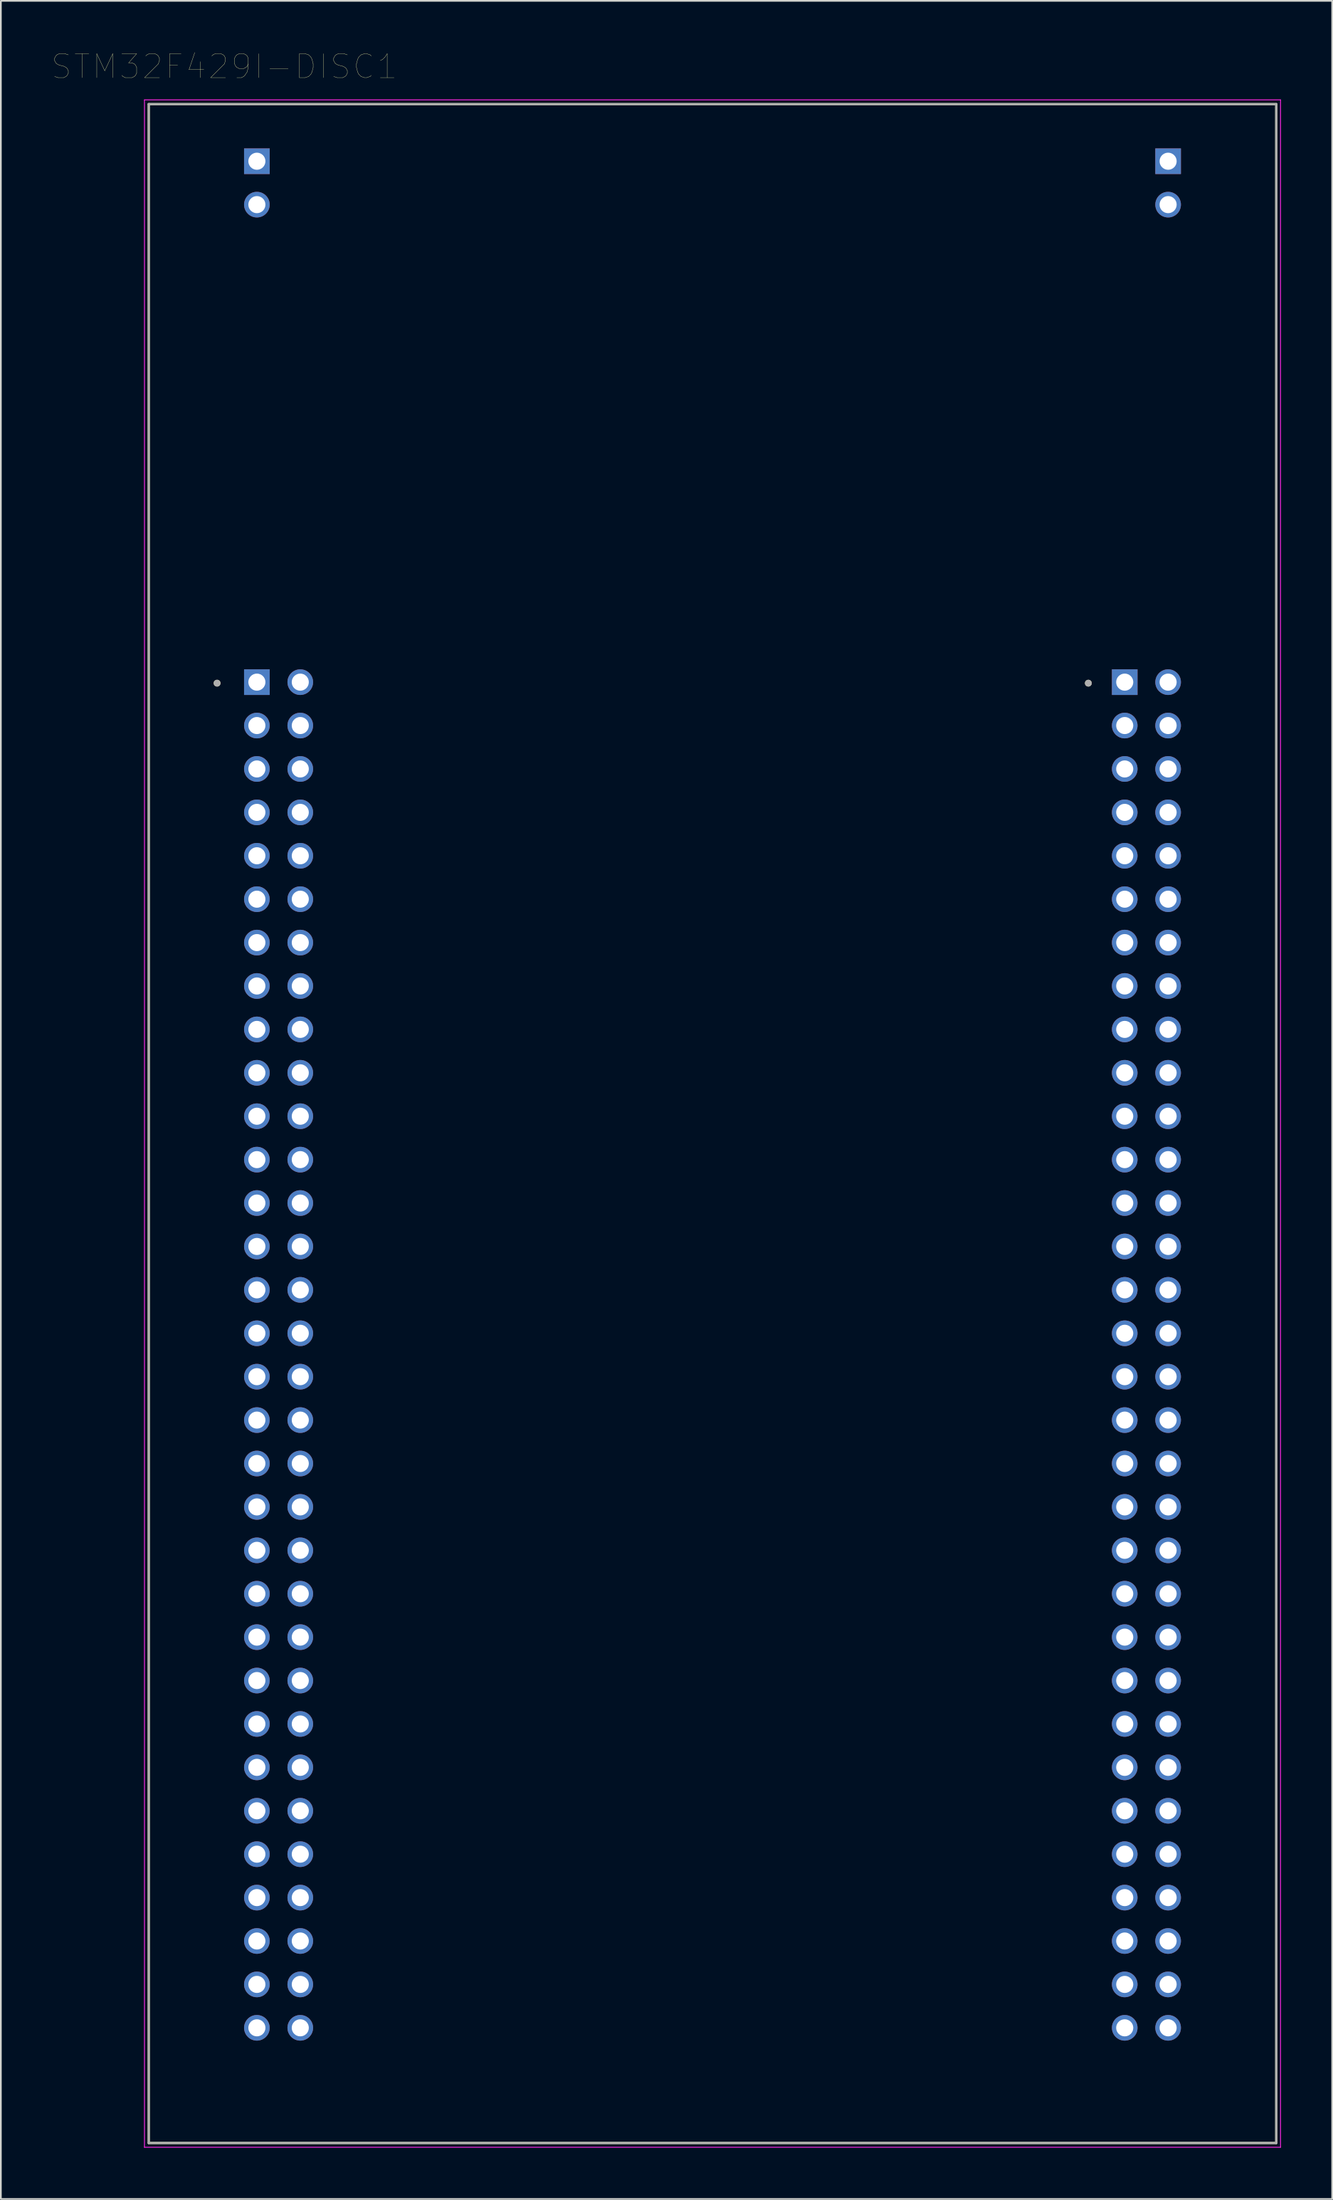
<source format=kicad_pcb>
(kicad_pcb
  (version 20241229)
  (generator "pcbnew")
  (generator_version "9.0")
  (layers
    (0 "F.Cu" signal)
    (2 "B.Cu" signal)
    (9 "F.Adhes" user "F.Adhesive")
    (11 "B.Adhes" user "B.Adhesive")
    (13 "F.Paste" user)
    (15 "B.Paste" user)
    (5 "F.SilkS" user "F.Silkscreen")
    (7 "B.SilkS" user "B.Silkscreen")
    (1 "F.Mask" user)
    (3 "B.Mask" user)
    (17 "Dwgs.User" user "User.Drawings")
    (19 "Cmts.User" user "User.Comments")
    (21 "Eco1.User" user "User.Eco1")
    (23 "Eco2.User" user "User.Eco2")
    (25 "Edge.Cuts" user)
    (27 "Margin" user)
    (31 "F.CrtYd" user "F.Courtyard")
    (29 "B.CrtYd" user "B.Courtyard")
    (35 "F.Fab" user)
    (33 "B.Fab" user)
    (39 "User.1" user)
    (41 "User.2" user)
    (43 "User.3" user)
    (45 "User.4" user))
  (footprint "STM32F429I-DISC1"
    (layer "F.Cu")
    (at 38.657 62.694)
    (property "Reference" "STM32F429I-DISC1" (at -28.575 -61.849 0) (layer "F.SilkS") (effects (font (size 1.4 1.4) (thickness 0.015))))
    (attr through_hole)
    (fp_line (start -33 -59.65) (end -33 59.65) (stroke (width 0.127) (type solid)) (layer "F.SilkS"))
    (fp_line (start -33 59.65) (end 33 59.65) (stroke (width 0.127) (type solid)) (layer "F.SilkS"))
    (fp_line (start 33 -59.65) (end -33 -59.65) (stroke (width 0.127) (type solid)) (layer "F.SilkS"))
    (fp_line (start 33 59.65) (end 33 -59.65) (stroke (width 0.127) (type solid)) (layer "F.SilkS"))
    (fp_circle (center -29 -25.77) (end -28.9 -25.77) (stroke (width 0.2) (type solid)) (fill no) (layer "F.SilkS"))
    (fp_circle (center 22 -25.77) (end 22.1 -25.77) (stroke (width 0.2) (type solid)) (fill no) (layer "F.SilkS"))
    (fp_line (start -33.25 -59.9) (end -33.25 59.9) (stroke (width 0.05) (type solid)) (layer "F.CrtYd"))
    (fp_line (start -33.25 59.9) (end 33.25 59.9) (stroke (width 0.05) (type solid)) (layer "F.CrtYd"))
    (fp_line (start 33.25 -59.9) (end -33.25 -59.9) (stroke (width 0.05) (type solid)) (layer "F.CrtYd"))
    (fp_line (start 33.25 59.9) (end 33.25 -59.9) (stroke (width 0.05) (type solid)) (layer "F.CrtYd"))
    (fp_line (start -33 -59.65) (end -33 59.65) (stroke (width 0.127) (type solid)) (layer "F.Fab"))
    (fp_line (start -33 59.65) (end 33 59.65) (stroke (width 0.127) (type solid)) (layer "F.Fab"))
    (fp_line (start 33 -59.65) (end -33 -59.65) (stroke (width 0.127) (type solid)) (layer "F.Fab"))
    (fp_line (start 33 59.65) (end 33 -59.65) (stroke (width 0.127) (type solid)) (layer "F.Fab"))
    (fp_circle (center -29 -25.77) (end -28.9 -25.77) (stroke (width 0.2) (type solid)) (fill no) (layer "F.Fab"))
    (fp_circle (center 22 -25.77) (end 22.1 -25.77) (stroke (width 0.2) (type solid)) (fill no) (layer "F.Fab"))
    (pad "JP1_1" thru_hole rect (at -26.67 -56.31) (size 1.5 1.5) (drill 1) (layers "*.Cu" "*.Mask"))
    (pad "JP1_2" thru_hole circle (at -26.67 -53.77) (size 1.5 1.5) (drill 1) (layers "*.Cu" "*.Mask"))
    (pad "JP2_1" thru_hole rect (at 26.67 -56.31) (size 1.5 1.5) (drill 1) (layers "*.Cu" "*.Mask"))
    (pad "JP2_2" thru_hole circle (at 26.67 -53.77) (size 1.5 1.5) (drill 1) (layers "*.Cu" "*.Mask"))
    (pad "P1_1" thru_hole rect (at -26.67 -25.83) (size 1.5 1.5) (drill 1) (layers "*.Cu" "*.Mask"))
    (pad "P1_2" thru_hole circle (at -24.13 -25.83) (size 1.5 1.5) (drill 1) (layers "*.Cu" "*.Mask"))
    (pad "P1_3" thru_hole circle (at -26.67 -23.29) (size 1.5 1.5) (drill 1) (layers "*.Cu" "*.Mask"))
    (pad "P1_4" thru_hole circle (at -24.13 -23.29) (size 1.5 1.5) (drill 1) (layers "*.Cu" "*.Mask"))
    (pad "P1_5" thru_hole circle (at -26.67 -20.75) (size 1.5 1.5) (drill 1) (layers "*.Cu" "*.Mask"))
    (pad "P1_6" thru_hole circle (at -24.13 -20.75) (size 1.5 1.5) (drill 1) (layers "*.Cu" "*.Mask"))
    (pad "P1_7" thru_hole circle (at -26.67 -18.21) (size 1.5 1.5) (drill 1) (layers "*.Cu" "*.Mask"))
    (pad "P1_8" thru_hole circle (at -24.13 -18.21) (size 1.5 1.5) (drill 1) (layers "*.Cu" "*.Mask"))
    (pad "P1_9" thru_hole circle (at -26.67 -15.67) (size 1.5 1.5) (drill 1) (layers "*.Cu" "*.Mask"))
    (pad "P1_10" thru_hole circle (at -24.13 -15.67) (size 1.5 1.5) (drill 1) (layers "*.Cu" "*.Mask"))
    (pad "P1_11" thru_hole circle (at -26.67 -13.13) (size 1.5 1.5) (drill 1) (layers "*.Cu" "*.Mask"))
    (pad "P1_12" thru_hole circle (at -24.13 -13.13) (size 1.5 1.5) (drill 1) (layers "*.Cu" "*.Mask"))
    (pad "P1_13" thru_hole circle (at -26.67 -10.59) (size 1.5 1.5) (drill 1) (layers "*.Cu" "*.Mask"))
    (pad "P1_14" thru_hole circle (at -24.13 -10.59) (size 1.5 1.5) (drill 1) (layers "*.Cu" "*.Mask"))
    (pad "P1_15" thru_hole circle (at -26.67 -8.05) (size 1.5 1.5) (drill 1) (layers "*.Cu" "*.Mask"))
    (pad "P1_16" thru_hole circle (at -24.13 -8.05) (size 1.5 1.5) (drill 1) (layers "*.Cu" "*.Mask"))
    (pad "P1_17" thru_hole circle (at -26.67 -5.51) (size 1.5 1.5) (drill 1) (layers "*.Cu" "*.Mask"))
    (pad "P1_18" thru_hole circle (at -24.13 -5.51) (size 1.5 1.5) (drill 1) (layers "*.Cu" "*.Mask"))
    (pad "P1_19" thru_hole circle (at -26.67 -2.97) (size 1.5 1.5) (drill 1) (layers "*.Cu" "*.Mask"))
    (pad "P1_20" thru_hole circle (at -24.13 -2.97) (size 1.5 1.5) (drill 1) (layers "*.Cu" "*.Mask"))
    (pad "P1_21" thru_hole circle (at -26.67 -0.43) (size 1.5 1.5) (drill 1) (layers "*.Cu" "*.Mask"))
    (pad "P1_22" thru_hole circle (at -24.13 -0.43) (size 1.5 1.5) (drill 1) (layers "*.Cu" "*.Mask"))
    (pad "P1_23" thru_hole circle (at -26.67 2.11) (size 1.5 1.5) (drill 1) (layers "*.Cu" "*.Mask"))
    (pad "P1_24" thru_hole circle (at -24.13 2.11) (size 1.5 1.5) (drill 1) (layers "*.Cu" "*.Mask"))
    (pad "P1_25" thru_hole circle (at -26.67 4.65) (size 1.5 1.5) (drill 1) (layers "*.Cu" "*.Mask"))
    (pad "P1_26" thru_hole circle (at -24.13 4.65) (size 1.5 1.5) (drill 1) (layers "*.Cu" "*.Mask"))
    (pad "P1_27" thru_hole circle (at -26.67 7.19) (size 1.5 1.5) (drill 1) (layers "*.Cu" "*.Mask"))
    (pad "P1_28" thru_hole circle (at -24.13 7.19) (size 1.5 1.5) (drill 1) (layers "*.Cu" "*.Mask"))
    (pad "P1_29" thru_hole circle (at -26.67 9.73) (size 1.5 1.5) (drill 1) (layers "*.Cu" "*.Mask"))
    (pad "P1_30" thru_hole circle (at -24.13 9.73) (size 1.5 1.5) (drill 1) (layers "*.Cu" "*.Mask"))
    (pad "P1_31" thru_hole circle (at -26.67 12.27) (size 1.5 1.5) (drill 1) (layers "*.Cu" "*.Mask"))
    (pad "P1_32" thru_hole circle (at -24.13 12.27) (size 1.5 1.5) (drill 1) (layers "*.Cu" "*.Mask"))
    (pad "P1_33" thru_hole circle (at -26.67 14.81) (size 1.5 1.5) (drill 1) (layers "*.Cu" "*.Mask"))
    (pad "P1_34" thru_hole circle (at -24.13 14.81) (size 1.5 1.5) (drill 1) (layers "*.Cu" "*.Mask"))
    (pad "P1_35" thru_hole circle (at -26.67 17.35) (size 1.5 1.5) (drill 1) (layers "*.Cu" "*.Mask"))
    (pad "P1_36" thru_hole circle (at -24.13 17.35) (size 1.5 1.5) (drill 1) (layers "*.Cu" "*.Mask"))
    (pad "P1_37" thru_hole circle (at -26.67 19.89) (size 1.5 1.5) (drill 1) (layers "*.Cu" "*.Mask"))
    (pad "P1_38" thru_hole circle (at -24.13 19.89) (size 1.5 1.5) (drill 1) (layers "*.Cu" "*.Mask"))
    (pad "P1_39" thru_hole circle (at -26.67 22.43) (size 1.5 1.5) (drill 1) (layers "*.Cu" "*.Mask"))
    (pad "P1_40" thru_hole circle (at -24.13 22.43) (size 1.5 1.5) (drill 1) (layers "*.Cu" "*.Mask"))
    (pad "P1_41" thru_hole circle (at -26.67 24.97) (size 1.5 1.5) (drill 1) (layers "*.Cu" "*.Mask"))
    (pad "P1_42" thru_hole circle (at -24.13 24.97) (size 1.5 1.5) (drill 1) (layers "*.Cu" "*.Mask"))
    (pad "P1_43" thru_hole circle (at -26.67 27.51) (size 1.5 1.5) (drill 1) (layers "*.Cu" "*.Mask"))
    (pad "P1_44" thru_hole circle (at -24.13 27.51) (size 1.5 1.5) (drill 1) (layers "*.Cu" "*.Mask"))
    (pad "P1_45" thru_hole circle (at -26.67 30.05) (size 1.5 1.5) (drill 1) (layers "*.Cu" "*.Mask"))
    (pad "P1_46" thru_hole circle (at -24.13 30.05) (size 1.5 1.5) (drill 1) (layers "*.Cu" "*.Mask"))
    (pad "P1_47" thru_hole circle (at -26.67 32.59) (size 1.5 1.5) (drill 1) (layers "*.Cu" "*.Mask"))
    (pad "P1_48" thru_hole circle (at -24.13 32.59) (size 1.5 1.5) (drill 1) (layers "*.Cu" "*.Mask"))
    (pad "P1_49" thru_hole circle (at -26.67 35.13) (size 1.5 1.5) (drill 1) (layers "*.Cu" "*.Mask"))
    (pad "P1_50" thru_hole circle (at -24.13 35.13) (size 1.5 1.5) (drill 1) (layers "*.Cu" "*.Mask"))
    (pad "P1_51" thru_hole circle (at -26.67 37.67) (size 1.5 1.5) (drill 1) (layers "*.Cu" "*.Mask"))
    (pad "P1_52" thru_hole circle (at -24.13 37.67) (size 1.5 1.5) (drill 1) (layers "*.Cu" "*.Mask"))
    (pad "P1_53" thru_hole circle (at -26.67 40.21) (size 1.5 1.5) (drill 1) (layers "*.Cu" "*.Mask"))
    (pad "P1_54" thru_hole circle (at -24.13 40.21) (size 1.5 1.5) (drill 1) (layers "*.Cu" "*.Mask"))
    (pad "P1_55" thru_hole circle (at -26.67 42.75) (size 1.5 1.5) (drill 1) (layers "*.Cu" "*.Mask"))
    (pad "P1_56" thru_hole circle (at -24.13 42.75) (size 1.5 1.5) (drill 1) (layers "*.Cu" "*.Mask"))
    (pad "P1_57" thru_hole circle (at -26.67 45.29) (size 1.5 1.5) (drill 1) (layers "*.Cu" "*.Mask"))
    (pad "P1_58" thru_hole circle (at -24.13 45.29) (size 1.5 1.5) (drill 1) (layers "*.Cu" "*.Mask"))
    (pad "P1_59" thru_hole circle (at -26.67 47.83) (size 1.5 1.5) (drill 1) (layers "*.Cu" "*.Mask"))
    (pad "P1_60" thru_hole circle (at -24.13 47.83) (size 1.5 1.5) (drill 1) (layers "*.Cu" "*.Mask"))
    (pad "P1_61" thru_hole circle (at -26.67 50.37) (size 1.5 1.5) (drill 1) (layers "*.Cu" "*.Mask"))
    (pad "P1_62" thru_hole circle (at -24.13 50.37) (size 1.5 1.5) (drill 1) (layers "*.Cu" "*.Mask"))
    (pad "P1_63" thru_hole circle (at -26.67 52.91) (size 1.5 1.5) (drill 1) (layers "*.Cu" "*.Mask"))
    (pad "P1_64" thru_hole circle (at -24.13 52.91) (size 1.5 1.5) (drill 1) (layers "*.Cu" "*.Mask"))
    (pad "P2_1" thru_hole rect (at 24.13 -25.83) (size 1.5 1.5) (drill 1) (layers "*.Cu" "*.Mask"))
    (pad "P2_2" thru_hole circle (at 26.67 -25.83) (size 1.5 1.5) (drill 1) (layers "*.Cu" "*.Mask"))
    (pad "P2_3" thru_hole circle (at 24.13 -23.29) (size 1.5 1.5) (drill 1) (layers "*.Cu" "*.Mask"))
    (pad "P2_4" thru_hole circle (at 26.67 -23.29) (size 1.5 1.5) (drill 1) (layers "*.Cu" "*.Mask"))
    (pad "P2_5" thru_hole circle (at 24.13 -20.75) (size 1.5 1.5) (drill 1) (layers "*.Cu" "*.Mask"))
    (pad "P2_6" thru_hole circle (at 26.67 -20.75) (size 1.5 1.5) (drill 1) (layers "*.Cu" "*.Mask"))
    (pad "P2_7" thru_hole circle (at 24.13 -18.21) (size 1.5 1.5) (drill 1) (layers "*.Cu" "*.Mask"))
    (pad "P2_8" thru_hole circle (at 26.67 -18.21) (size 1.5 1.5) (drill 1) (layers "*.Cu" "*.Mask"))
    (pad "P2_9" thru_hole circle (at 24.13 -15.67) (size 1.5 1.5) (drill 1) (layers "*.Cu" "*.Mask"))
    (pad "P2_10" thru_hole circle (at 26.67 -15.67) (size 1.5 1.5) (drill 1) (layers "*.Cu" "*.Mask"))
    (pad "P2_11" thru_hole circle (at 24.13 -13.13) (size 1.5 1.5) (drill 1) (layers "*.Cu" "*.Mask"))
    (pad "P2_12" thru_hole circle (at 26.67 -13.13) (size 1.5 1.5) (drill 1) (layers "*.Cu" "*.Mask"))
    (pad "P2_13" thru_hole circle (at 24.13 -10.59) (size 1.5 1.5) (drill 1) (layers "*.Cu" "*.Mask"))
    (pad "P2_14" thru_hole circle (at 26.67 -10.59) (size 1.5 1.5) (drill 1) (layers "*.Cu" "*.Mask"))
    (pad "P2_15" thru_hole circle (at 24.13 -8.05) (size 1.5 1.5) (drill 1) (layers "*.Cu" "*.Mask"))
    (pad "P2_16" thru_hole circle (at 26.67 -8.05) (size 1.5 1.5) (drill 1) (layers "*.Cu" "*.Mask"))
    (pad "P2_17" thru_hole circle (at 24.13 -5.51) (size 1.5 1.5) (drill 1) (layers "*.Cu" "*.Mask"))
    (pad "P2_18" thru_hole circle (at 26.67 -5.51) (size 1.5 1.5) (drill 1) (layers "*.Cu" "*.Mask"))
    (pad "P2_19" thru_hole circle (at 24.13 -2.97) (size 1.5 1.5) (drill 1) (layers "*.Cu" "*.Mask"))
    (pad "P2_20" thru_hole circle (at 26.67 -2.97) (size 1.5 1.5) (drill 1) (layers "*.Cu" "*.Mask"))
    (pad "P2_21" thru_hole circle (at 24.13 -0.43) (size 1.5 1.5) (drill 1) (layers "*.Cu" "*.Mask"))
    (pad "P2_22" thru_hole circle (at 26.67 -0.43) (size 1.5 1.5) (drill 1) (layers "*.Cu" "*.Mask"))
    (pad "P2_23" thru_hole circle (at 24.13 2.11) (size 1.5 1.5) (drill 1) (layers "*.Cu" "*.Mask"))
    (pad "P2_24" thru_hole circle (at 26.67 2.11) (size 1.5 1.5) (drill 1) (layers "*.Cu" "*.Mask"))
    (pad "P2_25" thru_hole circle (at 24.13 4.65) (size 1.5 1.5) (drill 1) (layers "*.Cu" "*.Mask"))
    (pad "P2_26" thru_hole circle (at 26.67 4.65) (size 1.5 1.5) (drill 1) (layers "*.Cu" "*.Mask"))
    (pad "P2_27" thru_hole circle (at 24.13 7.19) (size 1.5 1.5) (drill 1) (layers "*.Cu" "*.Mask"))
    (pad "P2_28" thru_hole circle (at 26.67 7.19) (size 1.5 1.5) (drill 1) (layers "*.Cu" "*.Mask"))
    (pad "P2_29" thru_hole circle (at 24.13 9.73) (size 1.5 1.5) (drill 1) (layers "*.Cu" "*.Mask"))
    (pad "P2_30" thru_hole circle (at 26.67 9.73) (size 1.5 1.5) (drill 1) (layers "*.Cu" "*.Mask"))
    (pad "P2_31" thru_hole circle (at 24.13 12.27) (size 1.5 1.5) (drill 1) (layers "*.Cu" "*.Mask"))
    (pad "P2_32" thru_hole circle (at 26.67 12.27) (size 1.5 1.5) (drill 1) (layers "*.Cu" "*.Mask"))
    (pad "P2_33" thru_hole circle (at 24.13 14.81) (size 1.5 1.5) (drill 1) (layers "*.Cu" "*.Mask"))
    (pad "P2_34" thru_hole circle (at 26.67 14.81) (size 1.5 1.5) (drill 1) (layers "*.Cu" "*.Mask"))
    (pad "P2_35" thru_hole circle (at 24.13 17.35) (size 1.5 1.5) (drill 1) (layers "*.Cu" "*.Mask"))
    (pad "P2_36" thru_hole circle (at 26.67 17.35) (size 1.5 1.5) (drill 1) (layers "*.Cu" "*.Mask"))
    (pad "P2_37" thru_hole circle (at 24.13 19.89) (size 1.5 1.5) (drill 1) (layers "*.Cu" "*.Mask"))
    (pad "P2_38" thru_hole circle (at 26.67 19.89) (size 1.5 1.5) (drill 1) (layers "*.Cu" "*.Mask"))
    (pad "P2_39" thru_hole circle (at 24.13 22.43) (size 1.5 1.5) (drill 1) (layers "*.Cu" "*.Mask"))
    (pad "P2_40" thru_hole circle (at 26.67 22.43) (size 1.5 1.5) (drill 1) (layers "*.Cu" "*.Mask"))
    (pad "P2_41" thru_hole circle (at 24.13 24.97) (size 1.5 1.5) (drill 1) (layers "*.Cu" "*.Mask"))
    (pad "P2_42" thru_hole circle (at 26.67 24.97) (size 1.5 1.5) (drill 1) (layers "*.Cu" "*.Mask"))
    (pad "P2_43" thru_hole circle (at 24.13 27.51) (size 1.5 1.5) (drill 1) (layers "*.Cu" "*.Mask"))
    (pad "P2_44" thru_hole circle (at 26.67 27.51) (size 1.5 1.5) (drill 1) (layers "*.Cu" "*.Mask"))
    (pad "P2_45" thru_hole circle (at 24.13 30.05) (size 1.5 1.5) (drill 1) (layers "*.Cu" "*.Mask"))
    (pad "P2_46" thru_hole circle (at 26.67 30.05) (size 1.5 1.5) (drill 1) (layers "*.Cu" "*.Mask"))
    (pad "P2_47" thru_hole circle (at 24.13 32.59) (size 1.5 1.5) (drill 1) (layers "*.Cu" "*.Mask"))
    (pad "P2_48" thru_hole circle (at 26.67 32.59) (size 1.5 1.5) (drill 1) (layers "*.Cu" "*.Mask"))
    (pad "P2_49" thru_hole circle (at 24.13 35.13) (size 1.5 1.5) (drill 1) (layers "*.Cu" "*.Mask"))
    (pad "P2_50" thru_hole circle (at 26.67 35.13) (size 1.5 1.5) (drill 1) (layers "*.Cu" "*.Mask"))
    (pad "P2_51" thru_hole circle (at 24.13 37.67) (size 1.5 1.5) (drill 1) (layers "*.Cu" "*.Mask"))
    (pad "P2_52" thru_hole circle (at 26.67 37.67) (size 1.5 1.5) (drill 1) (layers "*.Cu" "*.Mask"))
    (pad "P2_53" thru_hole circle (at 24.13 40.21) (size 1.5 1.5) (drill 1) (layers "*.Cu" "*.Mask"))
    (pad "P2_54" thru_hole circle (at 26.67 40.21) (size 1.5 1.5) (drill 1) (layers "*.Cu" "*.Mask"))
    (pad "P2_55" thru_hole circle (at 24.13 42.75) (size 1.5 1.5) (drill 1) (layers "*.Cu" "*.Mask"))
    (pad "P2_56" thru_hole circle (at 26.67 42.75) (size 1.5 1.5) (drill 1) (layers "*.Cu" "*.Mask"))
    (pad "P2_57" thru_hole circle (at 24.13 45.29) (size 1.5 1.5) (drill 1) (layers "*.Cu" "*.Mask"))
    (pad "P2_58" thru_hole circle (at 26.67 45.29) (size 1.5 1.5) (drill 1) (layers "*.Cu" "*.Mask"))
    (pad "P2_59" thru_hole circle (at 24.13 47.83) (size 1.5 1.5) (drill 1) (layers "*.Cu" "*.Mask"))
    (pad "P2_60" thru_hole circle (at 26.67 47.83) (size 1.5 1.5) (drill 1) (layers "*.Cu" "*.Mask"))
    (pad "P2_61" thru_hole circle (at 24.13 50.37) (size 1.5 1.5) (drill 1) (layers "*.Cu" "*.Mask"))
    (pad "P2_62" thru_hole circle (at 26.67 50.37) (size 1.5 1.5) (drill 1) (layers "*.Cu" "*.Mask"))
    (pad "P2_63" thru_hole circle (at 24.13 52.91) (size 1.5 1.5) (drill 1) (layers "*.Cu" "*.Mask"))
    (pad "P2_64" thru_hole circle (at 26.67 52.91) (size 1.5 1.5) (drill 1) (layers "*.Cu" "*.Mask")))
  (gr_rect
    (start -3 -3)
    (end 74.932 125.619)
    (stroke (width 0.1) (type default))
    (fill no)
    (layer "Edge.Cuts")))
</source>
